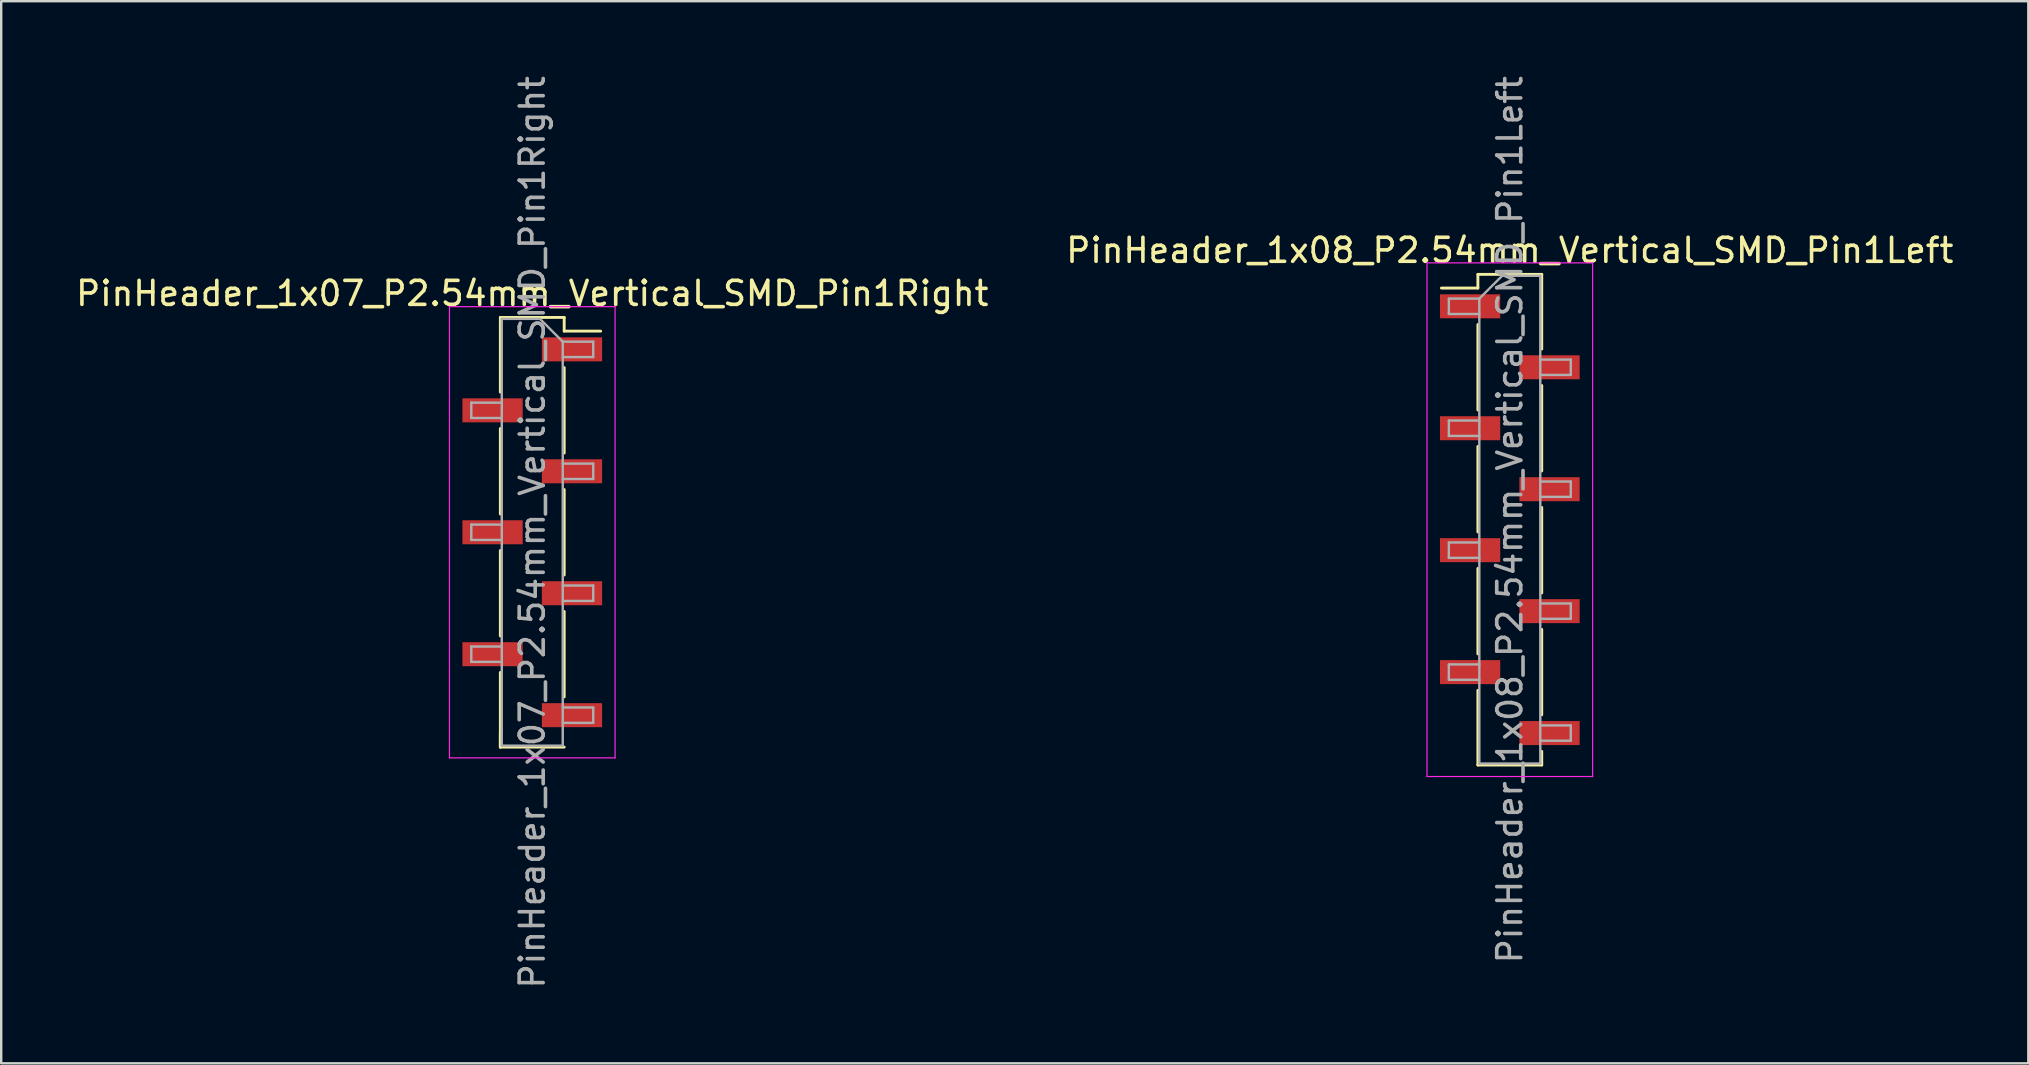
<source format=kicad_pcb>
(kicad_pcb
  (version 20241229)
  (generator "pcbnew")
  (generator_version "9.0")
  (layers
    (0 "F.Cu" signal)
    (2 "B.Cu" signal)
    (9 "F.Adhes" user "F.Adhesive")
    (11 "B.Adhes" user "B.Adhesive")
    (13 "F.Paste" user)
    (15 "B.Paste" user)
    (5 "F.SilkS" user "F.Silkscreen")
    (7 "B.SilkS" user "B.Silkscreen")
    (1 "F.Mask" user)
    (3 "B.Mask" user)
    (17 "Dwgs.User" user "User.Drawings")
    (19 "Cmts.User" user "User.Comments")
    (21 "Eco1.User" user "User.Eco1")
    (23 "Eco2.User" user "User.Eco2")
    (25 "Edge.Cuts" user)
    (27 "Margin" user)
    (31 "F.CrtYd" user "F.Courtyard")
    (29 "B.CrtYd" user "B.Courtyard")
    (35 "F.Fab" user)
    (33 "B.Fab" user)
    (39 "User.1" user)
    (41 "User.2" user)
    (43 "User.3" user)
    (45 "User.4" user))
  (footprint "PinHeader_1x08_P2.54mm_Vertical_SMD_Pin1Left"
    (layer "F.Cu")
    (at 59.851 18.601)
    (property "Reference" "PinHeader_1x08_P2.54mm_Vertical_SMD_Pin1Left" (at 0 -11.22 0) (layer "F.SilkS") (effects (font (size 1 1) (thickness 0.15))))
    (attr smd)
    (fp_line (start -1.33 -10.22) (end -1.33 -9.65) (stroke (width 0.12) (type solid)) (layer "F.SilkS"))
    (fp_line (start -1.33 -10.22) (end 1.33 -10.22) (stroke (width 0.12) (type solid)) (layer "F.SilkS"))
    (fp_line (start -1.33 -9.65) (end -2.85 -9.65) (stroke (width 0.12) (type solid)) (layer "F.SilkS"))
    (fp_line (start -1.33 -8.13) (end -1.33 -4.57) (stroke (width 0.12) (type solid)) (layer "F.SilkS"))
    (fp_line (start -1.33 -3.05) (end -1.33 0.51) (stroke (width 0.12) (type solid)) (layer "F.SilkS"))
    (fp_line (start -1.33 2.03) (end -1.33 5.59) (stroke (width 0.12) (type solid)) (layer "F.SilkS"))
    (fp_line (start -1.33 7.11) (end -1.33 10.22) (stroke (width 0.12) (type solid)) (layer "F.SilkS"))
    (fp_line (start -1.33 10.22) (end 1.33 10.22) (stroke (width 0.12) (type solid)) (layer "F.SilkS"))
    (fp_line (start 1.33 -10.22) (end 1.33 -7.11) (stroke (width 0.12) (type solid)) (layer "F.SilkS"))
    (fp_line (start 1.33 -5.59) (end 1.33 -2.03) (stroke (width 0.12) (type solid)) (layer "F.SilkS"))
    (fp_line (start 1.33 -0.51) (end 1.33 3.05) (stroke (width 0.12) (type solid)) (layer "F.SilkS"))
    (fp_line (start 1.33 4.57) (end 1.33 8.13) (stroke (width 0.12) (type solid)) (layer "F.SilkS"))
    (fp_line (start 1.33 9.65) (end 1.33 10.22) (stroke (width 0.12) (type solid)) (layer "F.SilkS"))
    (fp_line (start -3.45 -10.7) (end -3.45 10.7) (stroke (width 0.05) (type solid)) (layer "F.CrtYd"))
    (fp_line (start -3.45 10.7) (end 3.45 10.7) (stroke (width 0.05) (type solid)) (layer "F.CrtYd"))
    (fp_line (start 3.45 -10.7) (end -3.45 -10.7) (stroke (width 0.05) (type solid)) (layer "F.CrtYd"))
    (fp_line (start 3.45 10.7) (end 3.45 -10.7) (stroke (width 0.05) (type solid)) (layer "F.CrtYd"))
    (fp_line (start -2.54 -9.21) (end -2.54 -8.57) (stroke (width 0.1) (type solid)) (layer "F.Fab"))
    (fp_line (start -2.54 -8.57) (end -1.27 -8.57) (stroke (width 0.1) (type solid)) (layer "F.Fab"))
    (fp_line (start -2.54 -4.13) (end -2.54 -3.49) (stroke (width 0.1) (type solid)) (layer "F.Fab"))
    (fp_line (start -2.54 -3.49) (end -1.27 -3.49) (stroke (width 0.1) (type solid)) (layer "F.Fab"))
    (fp_line (start -2.54 0.95) (end -2.54 1.59) (stroke (width 0.1) (type solid)) (layer "F.Fab"))
    (fp_line (start -2.54 1.59) (end -1.27 1.59) (stroke (width 0.1) (type solid)) (layer "F.Fab"))
    (fp_line (start -2.54 6.03) (end -2.54 6.67) (stroke (width 0.1) (type solid)) (layer "F.Fab"))
    (fp_line (start -2.54 6.67) (end -1.27 6.67) (stroke (width 0.1) (type solid)) (layer "F.Fab"))
    (fp_line (start -1.27 -9.21) (end -2.54 -9.21) (stroke (width 0.1) (type solid)) (layer "F.Fab"))
    (fp_line (start -1.27 -9.21) (end -0.32 -10.16) (stroke (width 0.1) (type solid)) (layer "F.Fab"))
    (fp_line (start -1.27 -4.13) (end -2.54 -4.13) (stroke (width 0.1) (type solid)) (layer "F.Fab"))
    (fp_line (start -1.27 0.95) (end -2.54 0.95) (stroke (width 0.1) (type solid)) (layer "F.Fab"))
    (fp_line (start -1.27 6.03) (end -2.54 6.03) (stroke (width 0.1) (type solid)) (layer "F.Fab"))
    (fp_line (start -1.27 10.16) (end -1.27 -9.21) (stroke (width 0.1) (type solid)) (layer "F.Fab"))
    (fp_line (start -0.32 -10.16) (end 1.27 -10.16) (stroke (width 0.1) (type solid)) (layer "F.Fab"))
    (fp_line (start 1.27 -10.16) (end 1.27 10.16) (stroke (width 0.1) (type solid)) (layer "F.Fab"))
    (fp_line (start 1.27 -6.67) (end 2.54 -6.67) (stroke (width 0.1) (type solid)) (layer "F.Fab"))
    (fp_line (start 1.27 -1.59) (end 2.54 -1.59) (stroke (width 0.1) (type solid)) (layer "F.Fab"))
    (fp_line (start 1.27 3.49) (end 2.54 3.49) (stroke (width 0.1) (type solid)) (layer "F.Fab"))
    (fp_line (start 1.27 8.57) (end 2.54 8.57) (stroke (width 0.1) (type solid)) (layer "F.Fab"))
    (fp_line (start 1.27 10.16) (end -1.27 10.16) (stroke (width 0.1) (type solid)) (layer "F.Fab"))
    (fp_line (start 2.54 -6.67) (end 2.54 -6.03) (stroke (width 0.1) (type solid)) (layer "F.Fab"))
    (fp_line (start 2.54 -6.03) (end 1.27 -6.03) (stroke (width 0.1) (type solid)) (layer "F.Fab"))
    (fp_line (start 2.54 -1.59) (end 2.54 -0.95) (stroke (width 0.1) (type solid)) (layer "F.Fab"))
    (fp_line (start 2.54 -0.95) (end 1.27 -0.95) (stroke (width 0.1) (type solid)) (layer "F.Fab"))
    (fp_line (start 2.54 3.49) (end 2.54 4.13) (stroke (width 0.1) (type solid)) (layer "F.Fab"))
    (fp_line (start 2.54 4.13) (end 1.27 4.13) (stroke (width 0.1) (type solid)) (layer "F.Fab"))
    (fp_line (start 2.54 8.57) (end 2.54 9.21) (stroke (width 0.1) (type solid)) (layer "F.Fab"))
    (fp_line (start 2.54 9.21) (end 1.27 9.21) (stroke (width 0.1) (type solid)) (layer "F.Fab"))
    (fp_text user "${REFERENCE}" (at 0 0 90) (layer "F.Fab") (effects (font (size 1 1) (thickness 0.15))))
    (pad "1" smd rect (at -1.655 -8.89) (size 2.51 1) (layers "F.Cu" "F.Mask" "F.Paste"))
    (pad "2" smd rect (at 1.655 -6.35) (size 2.51 1) (layers "F.Cu" "F.Mask" "F.Paste"))
    (pad "3" smd rect (at -1.655 -3.81) (size 2.51 1) (layers "F.Cu" "F.Mask" "F.Paste"))
    (pad "4" smd rect (at 1.655 -1.27) (size 2.51 1) (layers "F.Cu" "F.Mask" "F.Paste"))
    (pad "5" smd rect (at -1.655 1.27) (size 2.51 1) (layers "F.Cu" "F.Mask" "F.Paste"))
    (pad "6" smd rect (at 1.655 3.81) (size 2.51 1) (layers "F.Cu" "F.Mask" "F.Paste"))
    (pad "7" smd rect (at -1.655 6.35) (size 2.51 1) (layers "F.Cu" "F.Mask" "F.Paste"))
    (pad "8" smd rect (at 1.655 8.89) (size 2.51 1) (layers "F.Cu" "F.Mask" "F.Paste")))
  (footprint "PinHeader_1x07_P2.54mm_Vertical_SMD_Pin1Right"
    (layer "F.Cu")
    (at 19.125 19.125)
    (property "Reference" "PinHeader_1x07_P2.54mm_Vertical_SMD_Pin1Right" (at 0 -9.95 0) (layer "F.SilkS") (effects (font (size 1 1) (thickness 0.15))))
    (attr smd)
    (fp_line (start -1.33 -8.95) (end -1.33 -5.84) (stroke (width 0.12) (type solid)) (layer "F.SilkS"))
    (fp_line (start -1.33 -8.95) (end 1.33 -8.95) (stroke (width 0.12) (type solid)) (layer "F.SilkS"))
    (fp_line (start -1.33 -4.32) (end -1.33 -0.76) (stroke (width 0.12) (type solid)) (layer "F.SilkS"))
    (fp_line (start -1.33 0.76) (end -1.33 4.32) (stroke (width 0.12) (type solid)) (layer "F.SilkS"))
    (fp_line (start -1.33 5.84) (end -1.33 8.95) (stroke (width 0.12) (type solid)) (layer "F.SilkS"))
    (fp_line (start -1.33 8.38) (end -1.33 8.95) (stroke (width 0.12) (type solid)) (layer "F.SilkS"))
    (fp_line (start -1.33 8.95) (end 1.33 8.95) (stroke (width 0.12) (type solid)) (layer "F.SilkS"))
    (fp_line (start 1.33 -8.95) (end 1.33 -8.38) (stroke (width 0.12) (type solid)) (layer "F.SilkS"))
    (fp_line (start 1.33 -8.38) (end 2.85 -8.38) (stroke (width 0.12) (type solid)) (layer "F.SilkS"))
    (fp_line (start 1.33 -6.86) (end 1.33 -3.3) (stroke (width 0.12) (type solid)) (layer "F.SilkS"))
    (fp_line (start 1.33 -1.78) (end 1.33 1.78) (stroke (width 0.12) (type solid)) (layer "F.SilkS"))
    (fp_line (start 1.33 3.3) (end 1.33 6.86) (stroke (width 0.12) (type solid)) (layer "F.SilkS"))
    (fp_line (start -3.45 -9.4) (end -3.45 9.4) (stroke (width 0.05) (type solid)) (layer "F.CrtYd"))
    (fp_line (start -3.45 9.4) (end 3.45 9.4) (stroke (width 0.05) (type solid)) (layer "F.CrtYd"))
    (fp_line (start 3.45 -9.4) (end -3.45 -9.4) (stroke (width 0.05) (type solid)) (layer "F.CrtYd"))
    (fp_line (start 3.45 9.4) (end 3.45 -9.4) (stroke (width 0.05) (type solid)) (layer "F.CrtYd"))
    (fp_line (start -2.54 -5.4) (end -2.54 -4.76) (stroke (width 0.1) (type solid)) (layer "F.Fab"))
    (fp_line (start -2.54 -4.76) (end -1.27 -4.76) (stroke (width 0.1) (type solid)) (layer "F.Fab"))
    (fp_line (start -2.54 -0.32) (end -2.54 0.32) (stroke (width 0.1) (type solid)) (layer "F.Fab"))
    (fp_line (start -2.54 0.32) (end -1.27 0.32) (stroke (width 0.1) (type solid)) (layer "F.Fab"))
    (fp_line (start -2.54 4.76) (end -2.54 5.4) (stroke (width 0.1) (type solid)) (layer "F.Fab"))
    (fp_line (start -2.54 5.4) (end -1.27 5.4) (stroke (width 0.1) (type solid)) (layer "F.Fab"))
    (fp_line (start -1.27 -8.89) (end -1.27 8.89) (stroke (width 0.1) (type solid)) (layer "F.Fab"))
    (fp_line (start -1.27 -8.89) (end 0.32 -8.89) (stroke (width 0.1) (type solid)) (layer "F.Fab"))
    (fp_line (start -1.27 -5.4) (end -2.54 -5.4) (stroke (width 0.1) (type solid)) (layer "F.Fab"))
    (fp_line (start -1.27 -0.32) (end -2.54 -0.32) (stroke (width 0.1) (type solid)) (layer "F.Fab"))
    (fp_line (start -1.27 4.76) (end -2.54 4.76) (stroke (width 0.1) (type solid)) (layer "F.Fab"))
    (fp_line (start 1.27 -7.94) (end 0.32 -8.89) (stroke (width 0.1) (type solid)) (layer "F.Fab"))
    (fp_line (start 1.27 -7.94) (end 2.54 -7.94) (stroke (width 0.1) (type solid)) (layer "F.Fab"))
    (fp_line (start 1.27 -2.86) (end 2.54 -2.86) (stroke (width 0.1) (type solid)) (layer "F.Fab"))
    (fp_line (start 1.27 2.22) (end 2.54 2.22) (stroke (width 0.1) (type solid)) (layer "F.Fab"))
    (fp_line (start 1.27 7.3) (end 2.54 7.3) (stroke (width 0.1) (type solid)) (layer "F.Fab"))
    (fp_line (start 1.27 8.89) (end -1.27 8.89) (stroke (width 0.1) (type solid)) (layer "F.Fab"))
    (fp_line (start 1.27 8.89) (end 1.27 -7.94) (stroke (width 0.1) (type solid)) (layer "F.Fab"))
    (fp_line (start 2.54 -7.94) (end 2.54 -7.3) (stroke (width 0.1) (type solid)) (layer "F.Fab"))
    (fp_line (start 2.54 -7.3) (end 1.27 -7.3) (stroke (width 0.1) (type solid)) (layer "F.Fab"))
    (fp_line (start 2.54 -2.86) (end 2.54 -2.22) (stroke (width 0.1) (type solid)) (layer "F.Fab"))
    (fp_line (start 2.54 -2.22) (end 1.27 -2.22) (stroke (width 0.1) (type solid)) (layer "F.Fab"))
    (fp_line (start 2.54 2.22) (end 2.54 2.86) (stroke (width 0.1) (type solid)) (layer "F.Fab"))
    (fp_line (start 2.54 2.86) (end 1.27 2.86) (stroke (width 0.1) (type solid)) (layer "F.Fab"))
    (fp_line (start 2.54 7.3) (end 2.54 7.94) (stroke (width 0.1) (type solid)) (layer "F.Fab"))
    (fp_line (start 2.54 7.94) (end 1.27 7.94) (stroke (width 0.1) (type solid)) (layer "F.Fab"))
    (fp_text user "${REFERENCE}" (at 0 0 90) (layer "F.Fab") (effects (font (size 1 1) (thickness 0.15))))
    (pad "1" smd rect (at 1.655 -7.62) (size 2.51 1) (layers "F.Cu" "F.Mask" "F.Paste"))
    (pad "2" smd rect (at -1.655 -5.08) (size 2.51 1) (layers "F.Cu" "F.Mask" "F.Paste"))
    (pad "3" smd rect (at 1.655 -2.54) (size 2.51 1) (layers "F.Cu" "F.Mask" "F.Paste"))
    (pad "4" smd rect (at -1.655 0) (size 2.51 1) (layers "F.Cu" "F.Mask" "F.Paste"))
    (pad "5" smd rect (at 1.655 2.54) (size 2.51 1) (layers "F.Cu" "F.Mask" "F.Paste"))
    (pad "6" smd rect (at -1.655 5.08) (size 2.51 1) (layers "F.Cu" "F.Mask" "F.Paste"))
    (pad "7" smd rect (at 1.655 7.62) (size 2.51 1) (layers "F.Cu" "F.Mask" "F.Paste")))
  (gr_rect
    (start -3 -3)
    (end 81.452 41.25)
    (stroke (width 0.1) (type default))
    (fill no)
    (layer "Edge.Cuts")))
</source>
